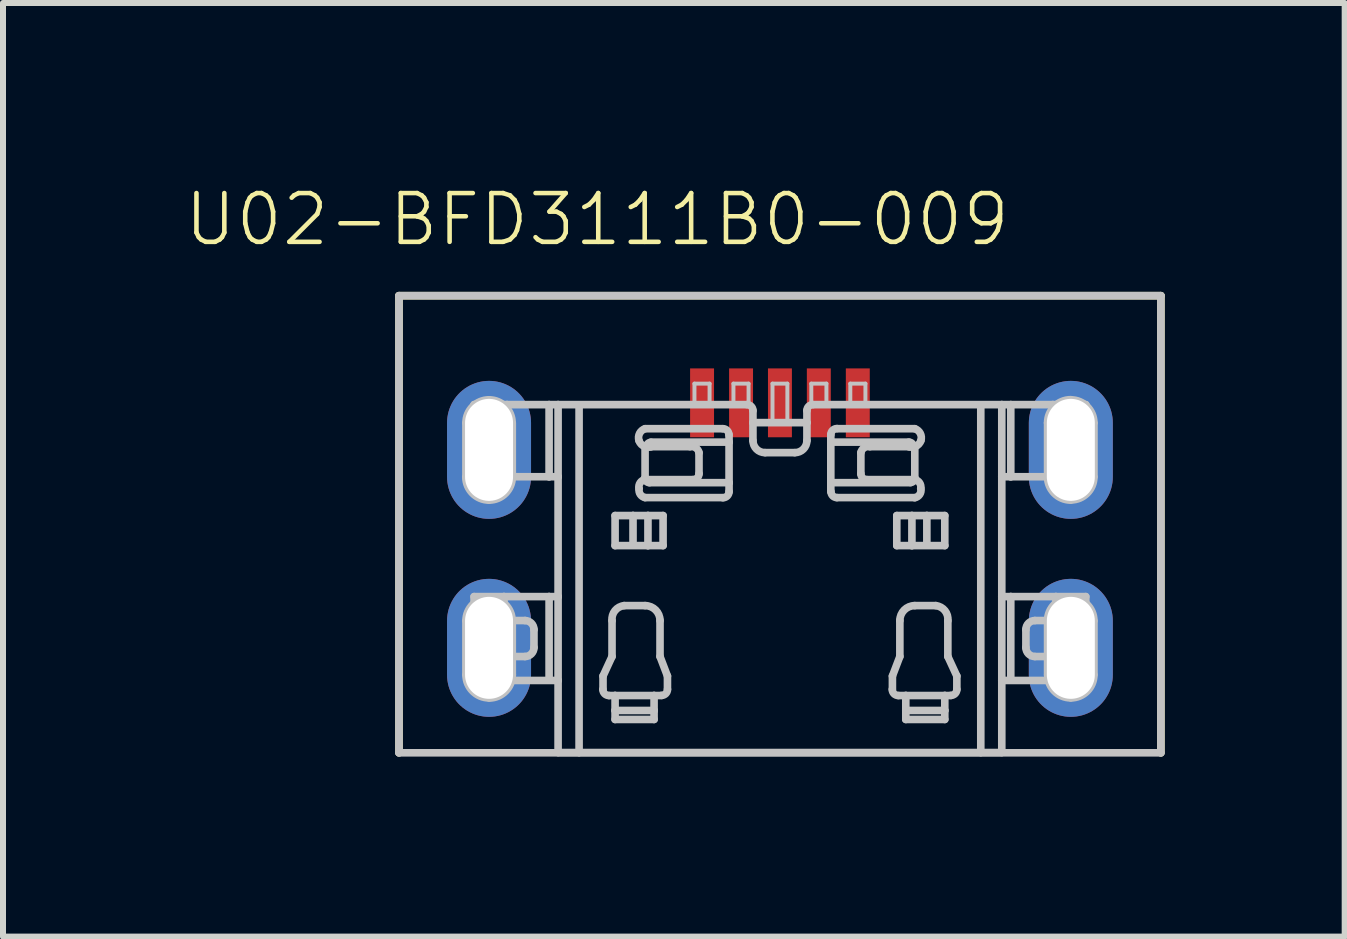
<source format=kicad_pcb>
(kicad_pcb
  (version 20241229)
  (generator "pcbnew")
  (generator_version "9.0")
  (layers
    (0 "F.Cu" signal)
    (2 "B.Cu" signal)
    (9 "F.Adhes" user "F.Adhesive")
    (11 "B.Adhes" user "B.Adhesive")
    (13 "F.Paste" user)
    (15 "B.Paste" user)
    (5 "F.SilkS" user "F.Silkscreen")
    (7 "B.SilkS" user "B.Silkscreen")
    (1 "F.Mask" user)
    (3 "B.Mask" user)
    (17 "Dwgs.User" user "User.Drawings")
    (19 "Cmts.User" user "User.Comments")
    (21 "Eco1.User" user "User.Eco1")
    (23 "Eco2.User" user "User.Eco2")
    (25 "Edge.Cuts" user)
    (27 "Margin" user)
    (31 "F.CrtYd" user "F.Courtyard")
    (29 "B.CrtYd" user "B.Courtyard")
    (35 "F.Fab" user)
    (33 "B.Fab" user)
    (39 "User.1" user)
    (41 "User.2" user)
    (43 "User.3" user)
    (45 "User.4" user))
  (footprint "U02-BFD3111B0-009"
    (layer "F.Cu")
    (at 9.951 7.594)
    (property "Reference" "U02-BFD3111B0-009" (at -3.048 -6.985 0) (layer "F.SilkS") (effects (font (size 0.813 0.813) (thickness 0.076))))
    (attr smd)
    (fp_poly (pts (xy -5.55 -2.695) (xy -5.55 -3.594) (xy -5.535 -3.731) (xy -5.497 -3.861) (xy -5.431 -3.983) (xy -5.344 -4.089) (xy -5.237 -4.176) (xy -5.116 -4.239) (xy -4.986 -4.28) (xy -4.849 -4.293) (xy -4.712 -4.28) (xy -4.58 -4.239) (xy -4.46 -4.176) (xy -4.354 -4.089) (xy -4.267 -3.983) (xy -4.201 -3.861) (xy -4.163 -3.731) (xy -4.148 -3.594) (xy -4.148 -2.695) (xy -4.163 -2.558) (xy -4.201 -2.426) (xy -4.267 -2.304) (xy -4.354 -2.2) (xy -4.46 -2.111) (xy -4.58 -2.047) (xy -4.712 -2.007) (xy -4.849 -1.994) (xy -4.986 -2.007) (xy -5.116 -2.047) (xy -5.237 -2.111) (xy -5.344 -2.2) (xy -5.431 -2.304) (xy -5.497 -2.426) (xy -5.535 -2.558) (xy -5.55 -2.695)) (stroke (width 0.127) (type solid)) (fill yes) (layer "F.Mask"))
    (fp_poly (pts (xy -5.55 0.605) (xy -5.55 -0.295) (xy -5.535 -0.429) (xy -5.497 -0.561) (xy -5.431 -0.683) (xy -5.344 -0.79) (xy -5.237 -0.876) (xy -5.116 -0.94) (xy -4.986 -0.98) (xy -4.849 -0.993) (xy -4.712 -0.98) (xy -4.58 -0.94) (xy -4.46 -0.876) (xy -4.354 -0.79) (xy -4.267 -0.683) (xy -4.201 -0.561) (xy -4.163 -0.429) (xy -4.148 -0.295) (xy -4.148 0.605) (xy -4.163 0.739) (xy -4.201 0.871) (xy -4.267 0.993) (xy -4.354 1.1) (xy -4.46 1.186) (xy -4.58 1.25) (xy -4.712 1.29) (xy -4.849 1.303) (xy -4.986 1.29) (xy -5.116 1.25) (xy -5.237 1.186) (xy -5.344 1.1) (xy -5.431 0.993) (xy -5.497 0.871) (xy -5.535 0.739) (xy -5.55 0.605)) (stroke (width 0.127) (type solid)) (fill yes) (layer "F.Mask"))
    (fp_poly (pts (xy 4.148 -2.695) (xy 4.148 -3.594) (xy 4.163 -3.731) (xy 4.201 -3.861) (xy 4.267 -3.983) (xy 4.354 -4.089) (xy 4.46 -4.176) (xy 4.58 -4.239) (xy 4.712 -4.28) (xy 4.849 -4.293) (xy 4.986 -4.28) (xy 5.116 -4.239) (xy 5.237 -4.176) (xy 5.344 -4.089) (xy 5.431 -3.983) (xy 5.497 -3.861) (xy 5.535 -3.731) (xy 5.55 -3.594) (xy 5.55 -2.695) (xy 5.535 -2.558) (xy 5.497 -2.426) (xy 5.431 -2.304) (xy 5.344 -2.2) (xy 5.237 -2.111) (xy 5.116 -2.047) (xy 4.986 -2.007) (xy 4.849 -1.994) (xy 4.712 -2.007) (xy 4.58 -2.047) (xy 4.46 -2.111) (xy 4.354 -2.2) (xy 4.267 -2.304) (xy 4.201 -2.426) (xy 4.163 -2.558) (xy 4.148 -2.695)) (stroke (width 0.127) (type solid)) (fill yes) (layer "F.Mask"))
    (fp_poly (pts (xy 4.148 0.605) (xy 4.148 -0.295) (xy 4.163 -0.429) (xy 4.201 -0.561) (xy 4.267 -0.683) (xy 4.354 -0.79) (xy 4.46 -0.876) (xy 4.58 -0.94) (xy 4.712 -0.98) (xy 4.849 -0.993) (xy 4.986 -0.98) (xy 5.116 -0.94) (xy 5.237 -0.876) (xy 5.344 -0.79) (xy 5.431 -0.683) (xy 5.497 -0.561) (xy 5.535 -0.429) (xy 5.55 -0.295) (xy 5.55 0.605) (xy 5.535 0.739) (xy 5.497 0.871) (xy 5.431 0.993) (xy 5.344 1.1) (xy 5.237 1.186) (xy 5.116 1.25) (xy 4.986 1.29) (xy 4.849 1.303) (xy 4.712 1.29) (xy 4.58 1.25) (xy 4.46 1.186) (xy 4.354 1.1) (xy 4.267 0.993) (xy 4.201 0.871) (xy 4.163 0.739) (xy 4.148 0.605)) (stroke (width 0.127) (type solid)) (fill yes) (layer "F.Mask"))
    (fp_poly (pts (xy -5.55 -2.695) (xy -5.55 -3.594) (xy -5.535 -3.731) (xy -5.497 -3.861) (xy -5.431 -3.983) (xy -5.344 -4.089) (xy -5.237 -4.176) (xy -5.116 -4.239) (xy -4.986 -4.28) (xy -4.849 -4.293) (xy -4.712 -4.28) (xy -4.58 -4.239) (xy -4.46 -4.176) (xy -4.354 -4.089) (xy -4.267 -3.983) (xy -4.201 -3.861) (xy -4.163 -3.731) (xy -4.148 -3.594) (xy -4.148 -2.695) (xy -4.163 -2.558) (xy -4.201 -2.426) (xy -4.267 -2.304) (xy -4.354 -2.2) (xy -4.46 -2.111) (xy -4.58 -2.047) (xy -4.712 -2.007) (xy -4.849 -1.994) (xy -4.986 -2.007) (xy -5.116 -2.047) (xy -5.237 -2.111) (xy -5.344 -2.2) (xy -5.431 -2.304) (xy -5.497 -2.426) (xy -5.535 -2.558) (xy -5.55 -2.695)) (stroke (width 0.127) (type solid)) (fill yes) (layer "B.Mask"))
    (fp_poly (pts (xy -5.55 0.605) (xy -5.55 -0.295) (xy -5.535 -0.429) (xy -5.497 -0.561) (xy -5.431 -0.683) (xy -5.344 -0.79) (xy -5.237 -0.876) (xy -5.116 -0.94) (xy -4.986 -0.98) (xy -4.849 -0.993) (xy -4.712 -0.98) (xy -4.58 -0.94) (xy -4.46 -0.876) (xy -4.354 -0.79) (xy -4.267 -0.683) (xy -4.201 -0.561) (xy -4.163 -0.429) (xy -4.148 -0.295) (xy -4.148 0.605) (xy -4.163 0.739) (xy -4.201 0.871) (xy -4.267 0.993) (xy -4.354 1.1) (xy -4.46 1.186) (xy -4.58 1.25) (xy -4.712 1.29) (xy -4.849 1.303) (xy -4.986 1.29) (xy -5.116 1.25) (xy -5.237 1.186) (xy -5.344 1.1) (xy -5.431 0.993) (xy -5.497 0.871) (xy -5.535 0.739) (xy -5.55 0.605)) (stroke (width 0.127) (type solid)) (fill yes) (layer "B.Mask"))
    (fp_poly (pts (xy 4.148 -2.695) (xy 4.148 -3.594) (xy 4.163 -3.731) (xy 4.201 -3.861) (xy 4.267 -3.983) (xy 4.354 -4.089) (xy 4.46 -4.176) (xy 4.58 -4.239) (xy 4.712 -4.28) (xy 4.849 -4.293) (xy 4.986 -4.28) (xy 5.116 -4.239) (xy 5.237 -4.176) (xy 5.344 -4.089) (xy 5.431 -3.983) (xy 5.497 -3.861) (xy 5.535 -3.731) (xy 5.55 -3.594) (xy 5.55 -2.695) (xy 5.535 -2.558) (xy 5.497 -2.426) (xy 5.431 -2.304) (xy 5.344 -2.2) (xy 5.237 -2.111) (xy 5.116 -2.047) (xy 4.986 -2.007) (xy 4.849 -1.994) (xy 4.712 -2.007) (xy 4.58 -2.047) (xy 4.46 -2.111) (xy 4.354 -2.2) (xy 4.267 -2.304) (xy 4.201 -2.426) (xy 4.163 -2.558) (xy 4.148 -2.695)) (stroke (width 0.127) (type solid)) (fill yes) (layer "B.Mask"))
    (fp_poly (pts (xy 4.148 0.605) (xy 4.148 -0.295) (xy 4.163 -0.429) (xy 4.201 -0.561) (xy 4.267 -0.683) (xy 4.354 -0.79) (xy 4.46 -0.876) (xy 4.58 -0.94) (xy 4.712 -0.98) (xy 4.849 -0.993) (xy 4.986 -0.98) (xy 5.116 -0.94) (xy 5.237 -0.876) (xy 5.344 -0.79) (xy 5.431 -0.683) (xy 5.497 -0.561) (xy 5.535 -0.429) (xy 5.55 -0.295) (xy 5.55 0.605) (xy 5.535 0.739) (xy 5.497 0.871) (xy 5.431 0.993) (xy 5.344 1.1) (xy 5.237 1.186) (xy 5.116 1.25) (xy 4.986 1.29) (xy 4.849 1.303) (xy 4.712 1.29) (xy 4.58 1.25) (xy 4.46 1.186) (xy 4.354 1.1) (xy 4.267 0.993) (xy 4.201 0.871) (xy 4.163 0.739) (xy 4.148 0.605)) (stroke (width 0.127) (type solid)) (fill yes) (layer "B.Mask"))
    (fp_line (start -6.35 -5.715) (end -6.35 1.905) (stroke (width 0.127) (type solid)) (layer "F.SilkS"))
    (fp_line (start 6.35 -5.715) (end -6.35 -5.715) (stroke (width 0.127) (type solid)) (layer "F.SilkS"))
    (fp_line (start 6.35 1.905) (end 6.35 -5.715) (stroke (width 0.127) (type solid)) (layer "F.SilkS"))
    (fp_poly (pts (xy -5.55 -2.695) (xy -5.55 -3.594) (xy -5.535 -3.731) (xy -5.497 -3.861) (xy -5.431 -3.983) (xy -5.344 -4.089) (xy -5.237 -4.176) (xy -5.116 -4.239) (xy -4.986 -4.28) (xy -4.849 -4.293) (xy -4.712 -4.28) (xy -4.58 -4.239) (xy -4.46 -4.176) (xy -4.354 -4.089) (xy -4.267 -3.983) (xy -4.201 -3.861) (xy -4.163 -3.731) (xy -4.148 -3.594) (xy -4.148 -2.695) (xy -4.163 -2.558) (xy -4.201 -2.426) (xy -4.267 -2.304) (xy -4.354 -2.2) (xy -4.46 -2.111) (xy -4.58 -2.047) (xy -4.712 -2.007) (xy -4.849 -1.994) (xy -4.986 -2.007) (xy -5.116 -2.047) (xy -5.237 -2.111) (xy -5.344 -2.2) (xy -5.431 -2.304) (xy -5.497 -2.426) (xy -5.535 -2.558) (xy -5.55 -2.695)) (stroke (width 0.127) (type solid)) (fill yes) (layer "F.Paste"))
    (fp_poly (pts (xy -5.55 0.605) (xy -5.55 -0.295) (xy -5.535 -0.429) (xy -5.497 -0.561) (xy -5.431 -0.683) (xy -5.344 -0.79) (xy -5.237 -0.876) (xy -5.116 -0.94) (xy -4.986 -0.98) (xy -4.849 -0.993) (xy -4.712 -0.98) (xy -4.58 -0.94) (xy -4.46 -0.876) (xy -4.354 -0.79) (xy -4.267 -0.683) (xy -4.201 -0.561) (xy -4.163 -0.429) (xy -4.148 -0.295) (xy -4.148 0.605) (xy -4.163 0.739) (xy -4.201 0.871) (xy -4.267 0.993) (xy -4.354 1.1) (xy -4.46 1.186) (xy -4.58 1.25) (xy -4.712 1.29) (xy -4.849 1.303) (xy -4.986 1.29) (xy -5.116 1.25) (xy -5.237 1.186) (xy -5.344 1.1) (xy -5.431 0.993) (xy -5.497 0.871) (xy -5.535 0.739) (xy -5.55 0.605)) (stroke (width 0.127) (type solid)) (fill yes) (layer "F.Paste"))
    (fp_poly (pts (xy 4.148 -2.695) (xy 4.148 -3.594) (xy 4.163 -3.731) (xy 4.201 -3.861) (xy 4.267 -3.983) (xy 4.354 -4.089) (xy 4.46 -4.176) (xy 4.58 -4.239) (xy 4.712 -4.28) (xy 4.849 -4.293) (xy 4.986 -4.28) (xy 5.116 -4.239) (xy 5.237 -4.176) (xy 5.344 -4.089) (xy 5.431 -3.983) (xy 5.497 -3.861) (xy 5.535 -3.731) (xy 5.55 -3.594) (xy 5.55 -2.695) (xy 5.535 -2.558) (xy 5.497 -2.426) (xy 5.431 -2.304) (xy 5.344 -2.2) (xy 5.237 -2.111) (xy 5.116 -2.047) (xy 4.986 -2.007) (xy 4.849 -1.994) (xy 4.712 -2.007) (xy 4.58 -2.047) (xy 4.46 -2.111) (xy 4.354 -2.2) (xy 4.267 -2.304) (xy 4.201 -2.426) (xy 4.163 -2.558) (xy 4.148 -2.695)) (stroke (width 0.127) (type solid)) (fill yes) (layer "F.Paste"))
    (fp_poly (pts (xy 4.148 0.605) (xy 4.148 -0.295) (xy 4.163 -0.429) (xy 4.201 -0.561) (xy 4.267 -0.683) (xy 4.354 -0.79) (xy 4.46 -0.876) (xy 4.58 -0.94) (xy 4.712 -0.98) (xy 4.849 -0.993) (xy 4.986 -0.98) (xy 5.116 -0.94) (xy 5.237 -0.876) (xy 5.344 -0.79) (xy 5.431 -0.683) (xy 5.497 -0.561) (xy 5.535 -0.429) (xy 5.55 -0.295) (xy 5.55 0.605) (xy 5.535 0.739) (xy 5.497 0.871) (xy 5.431 0.993) (xy 5.344 1.1) (xy 5.237 1.186) (xy 5.116 1.25) (xy 4.986 1.29) (xy 4.849 1.303) (xy 4.712 1.29) (xy 4.58 1.25) (xy 4.46 1.186) (xy 4.354 1.1) (xy 4.267 0.993) (xy 4.201 0.871) (xy 4.163 0.739) (xy 4.148 0.605)) (stroke (width 0.127) (type solid)) (fill yes) (layer "F.Paste"))
    (fp_poly (pts (xy -5.55 -2.695) (xy -5.55 -3.594) (xy -5.535 -3.731) (xy -5.497 -3.861) (xy -5.431 -3.983) (xy -5.344 -4.089) (xy -5.237 -4.176) (xy -5.116 -4.239) (xy -4.986 -4.28) (xy -4.849 -4.293) (xy -4.712 -4.28) (xy -4.58 -4.239) (xy -4.46 -4.176) (xy -4.354 -4.089) (xy -4.267 -3.983) (xy -4.201 -3.861) (xy -4.163 -3.731) (xy -4.148 -3.594) (xy -4.148 -2.695) (xy -4.163 -2.558) (xy -4.201 -2.426) (xy -4.267 -2.304) (xy -4.354 -2.2) (xy -4.46 -2.111) (xy -4.58 -2.047) (xy -4.712 -2.007) (xy -4.849 -1.994) (xy -4.986 -2.007) (xy -5.116 -2.047) (xy -5.237 -2.111) (xy -5.344 -2.2) (xy -5.431 -2.304) (xy -5.497 -2.426) (xy -5.535 -2.558) (xy -5.55 -2.695)) (stroke (width 0.127) (type solid)) (fill yes) (layer "B.Paste"))
    (fp_poly (pts (xy -5.55 0.605) (xy -5.55 -0.295) (xy -5.535 -0.429) (xy -5.497 -0.561) (xy -5.431 -0.683) (xy -5.344 -0.79) (xy -5.237 -0.876) (xy -5.116 -0.94) (xy -4.986 -0.98) (xy -4.849 -0.993) (xy -4.712 -0.98) (xy -4.58 -0.94) (xy -4.46 -0.876) (xy -4.354 -0.79) (xy -4.267 -0.683) (xy -4.201 -0.561) (xy -4.163 -0.429) (xy -4.148 -0.295) (xy -4.148 0.605) (xy -4.163 0.739) (xy -4.201 0.871) (xy -4.267 0.993) (xy -4.354 1.1) (xy -4.46 1.186) (xy -4.58 1.25) (xy -4.712 1.29) (xy -4.849 1.303) (xy -4.986 1.29) (xy -5.116 1.25) (xy -5.237 1.186) (xy -5.344 1.1) (xy -5.431 0.993) (xy -5.497 0.871) (xy -5.535 0.739) (xy -5.55 0.605)) (stroke (width 0.127) (type solid)) (fill yes) (layer "B.Paste"))
    (fp_poly (pts (xy 4.148 -2.695) (xy 4.148 -3.594) (xy 4.163 -3.731) (xy 4.201 -3.861) (xy 4.267 -3.983) (xy 4.354 -4.089) (xy 4.46 -4.176) (xy 4.58 -4.239) (xy 4.712 -4.28) (xy 4.849 -4.293) (xy 4.986 -4.28) (xy 5.116 -4.239) (xy 5.237 -4.176) (xy 5.344 -4.089) (xy 5.431 -3.983) (xy 5.497 -3.861) (xy 5.535 -3.731) (xy 5.55 -3.594) (xy 5.55 -2.695) (xy 5.535 -2.558) (xy 5.497 -2.426) (xy 5.431 -2.304) (xy 5.344 -2.2) (xy 5.237 -2.111) (xy 5.116 -2.047) (xy 4.986 -2.007) (xy 4.849 -1.994) (xy 4.712 -2.007) (xy 4.58 -2.047) (xy 4.46 -2.111) (xy 4.354 -2.2) (xy 4.267 -2.304) (xy 4.201 -2.426) (xy 4.163 -2.558) (xy 4.148 -2.695)) (stroke (width 0.127) (type solid)) (fill yes) (layer "B.Paste"))
    (fp_poly (pts (xy 4.148 0.605) (xy 4.148 -0.295) (xy 4.163 -0.429) (xy 4.201 -0.561) (xy 4.267 -0.683) (xy 4.354 -0.79) (xy 4.46 -0.876) (xy 4.58 -0.94) (xy 4.712 -0.98) (xy 4.849 -0.993) (xy 4.986 -0.98) (xy 5.116 -0.94) (xy 5.237 -0.876) (xy 5.344 -0.79) (xy 5.431 -0.683) (xy 5.497 -0.561) (xy 5.535 -0.429) (xy 5.55 -0.295) (xy 5.55 0.605) (xy 5.535 0.739) (xy 5.497 0.871) (xy 5.431 0.993) (xy 5.344 1.1) (xy 5.237 1.186) (xy 5.116 1.25) (xy 4.986 1.29) (xy 4.849 1.303) (xy 4.712 1.29) (xy 4.58 1.25) (xy 4.46 1.186) (xy 4.354 1.1) (xy 4.267 0.993) (xy 4.201 0.871) (xy 4.163 0.739) (xy 4.148 0.605)) (stroke (width 0.127) (type solid)) (fill yes) (layer "B.Paste"))
    (fp_line (start -6.35 -5.715) (end 6.35 -5.715) (stroke (width 0.127) (type solid)) (layer "Dwgs.User"))
    (fp_line (start -6.35 1.905) (end -6.35 -5.715) (stroke (width 0.127) (type solid)) (layer "Dwgs.User"))
    (fp_line (start -5.248 -2.695) (end -5.248 -3.594) (stroke (width 0.1) (type solid)) (layer "Dwgs.User"))
    (fp_line (start -5.248 0.605) (end -5.248 -0.295) (stroke (width 0.1) (type solid)) (layer "Dwgs.User"))
    (fp_line (start -5.098 -3.899) (end -5.098 -2.697) (stroke (width 0.127) (type solid)) (layer "Dwgs.User"))
    (fp_line (start -5.098 -3.899) (end -4.549 -3.899) (stroke (width 0.127) (type solid)) (layer "Dwgs.User"))
    (fp_line (start -5.098 -2.697) (end -4.549 -2.697) (stroke (width 0.127) (type solid)) (layer "Dwgs.User"))
    (fp_line (start -5.098 -0.699) (end -5.098 -0.3) (stroke (width 0.127) (type solid)) (layer "Dwgs.User"))
    (fp_line (start -5.098 -0.3) (end -5.098 0.3) (stroke (width 0.127) (type solid)) (layer "Dwgs.User"))
    (fp_line (start -5.098 0.3) (end -5.098 0.699) (stroke (width 0.127) (type solid)) (layer "Dwgs.User"))
    (fp_line (start -5.098 0.3) (end -4.6 0.3) (stroke (width 0.127) (type solid)) (layer "Dwgs.User"))
    (fp_line (start -5.098 0.699) (end -4.6 0.699) (stroke (width 0.127) (type solid)) (layer "Dwgs.User"))
    (fp_line (start -4.6 -0.699) (end -5.098 -0.699) (stroke (width 0.127) (type solid)) (layer "Dwgs.User"))
    (fp_line (start -4.6 -0.699) (end -4.6 -0.3) (stroke (width 0.127) (type solid)) (layer "Dwgs.User"))
    (fp_line (start -4.6 -0.3) (end -5.098 -0.3) (stroke (width 0.127) (type solid)) (layer "Dwgs.User"))
    (fp_line (start -4.6 -0.3) (end -4.249 -0.3) (stroke (width 0.127) (type solid)) (layer "Dwgs.User"))
    (fp_line (start -4.6 0.3) (end -4.6 0.699) (stroke (width 0.127) (type solid)) (layer "Dwgs.User"))
    (fp_line (start -4.6 0.699) (end -3.698 0.699) (stroke (width 0.127) (type solid)) (layer "Dwgs.User"))
    (fp_line (start -4.549 -3.899) (end -4.549 -2.697) (stroke (width 0.127) (type solid)) (layer "Dwgs.User"))
    (fp_line (start -4.549 -3.899) (end -3.848 -3.899) (stroke (width 0.127) (type solid)) (layer "Dwgs.User"))
    (fp_line (start -4.549 -2.697) (end -3.848 -2.697) (stroke (width 0.127) (type solid)) (layer "Dwgs.User"))
    (fp_line (start -4.448 -3.594) (end -4.448 -2.695) (stroke (width 0.1) (type solid)) (layer "Dwgs.User"))
    (fp_line (start -4.448 -0.295) (end -4.448 0.605) (stroke (width 0.1) (type solid)) (layer "Dwgs.User"))
    (fp_line (start -4.249 0.3) (end -4.6 0.3) (stroke (width 0.127) (type solid)) (layer "Dwgs.User"))
    (fp_line (start -4.1 -0.15) (end -4.1 0.15) (stroke (width 0.127) (type solid)) (layer "Dwgs.User"))
    (fp_line (start -3.848 -3.899) (end -3.848 -2.697) (stroke (width 0.127) (type solid)) (layer "Dwgs.User"))
    (fp_line (start -3.848 -3.899) (end -3.698 -3.899) (stroke (width 0.127) (type solid)) (layer "Dwgs.User"))
    (fp_line (start -3.848 -2.697) (end -3.698 -2.697) (stroke (width 0.127) (type solid)) (layer "Dwgs.User"))
    (fp_line (start -3.848 -0.699) (end -4.6 -0.699) (stroke (width 0.127) (type solid)) (layer "Dwgs.User"))
    (fp_line (start -3.848 -0.699) (end -3.848 0.648) (stroke (width 0.127) (type solid)) (layer "Dwgs.User"))
    (fp_line (start -3.698 -3.899) (end -0.549 -3.899) (stroke (width 0.127) (type solid)) (layer "Dwgs.User"))
    (fp_line (start -3.698 -2.697) (end -3.698 -3.899) (stroke (width 0.127) (type solid)) (layer "Dwgs.User"))
    (fp_line (start -3.698 -0.699) (end -3.848 -0.699) (stroke (width 0.127) (type solid)) (layer "Dwgs.User"))
    (fp_line (start -3.698 -0.699) (end -3.698 -2.697) (stroke (width 0.127) (type solid)) (layer "Dwgs.User"))
    (fp_line (start -3.698 0.699) (end -3.698 -0.699) (stroke (width 0.127) (type solid)) (layer "Dwgs.User"))
    (fp_line (start -3.698 1.9) (end -3.698 0.699) (stroke (width 0.127) (type solid)) (layer "Dwgs.User"))
    (fp_line (start -3.348 -3.848) (end -3.348 1.9) (stroke (width 0.127) (type solid)) (layer "Dwgs.User"))
    (fp_line (start -3.348 1.9) (end -3.698 1.9) (stroke (width 0.127) (type solid)) (layer "Dwgs.User"))
    (fp_line (start -3.348 1.9) (end 3.348 1.9) (stroke (width 0.127) (type solid)) (layer "Dwgs.User"))
    (fp_line (start -2.949 0.625) (end -2.799 0.3) (stroke (width 0.127) (type solid)) (layer "Dwgs.User"))
    (fp_line (start -2.949 0.848) (end -2.949 0.625) (stroke (width 0.127) (type solid)) (layer "Dwgs.User"))
    (fp_line (start -2.799 -0.3) (end -2.799 0.3) (stroke (width 0.127) (type solid)) (layer "Dwgs.User"))
    (fp_line (start -2.748 -2.05) (end -2.449 -2.05) (stroke (width 0.127) (type solid)) (layer "Dwgs.User"))
    (fp_line (start -2.748 -1.549) (end -2.748 -2.05) (stroke (width 0.127) (type solid)) (layer "Dwgs.User"))
    (fp_line (start -2.748 0.95) (end -2.85 0.95) (stroke (width 0.127) (type solid)) (layer "Dwgs.User"))
    (fp_line (start -2.748 1.199) (end -2.748 0.95) (stroke (width 0.127) (type solid)) (layer "Dwgs.User"))
    (fp_line (start -2.748 1.199) (end -2.748 1.349) (stroke (width 0.127) (type solid)) (layer "Dwgs.User"))
    (fp_line (start -2.748 1.349) (end -2.098 1.349) (stroke (width 0.127) (type solid)) (layer "Dwgs.User"))
    (fp_line (start -2.598 -0.549) (end -2.248 -0.549) (stroke (width 0.127) (type solid)) (layer "Dwgs.User"))
    (fp_line (start -2.449 -2.05) (end -2.449 -1.598) (stroke (width 0.127) (type solid)) (layer "Dwgs.User"))
    (fp_line (start -2.449 -2.05) (end -2.2 -2.05) (stroke (width 0.127) (type solid)) (layer "Dwgs.User"))
    (fp_line (start -2.248 -3.198) (end -2.248 -2.675) (stroke (width 0.127) (type solid)) (layer "Dwgs.User"))
    (fp_line (start -2.248 -3.198) (end -2.223 -3.198) (stroke (width 0.127) (type solid)) (layer "Dwgs.User"))
    (fp_line (start -2.248 -2.675) (end -2.248 -2.649) (stroke (width 0.127) (type solid)) (layer "Dwgs.User"))
    (fp_line (start -2.248 -2.349) (end -0.95 -2.349) (stroke (width 0.127) (type solid)) (layer "Dwgs.User"))
    (fp_line (start -2.223 -3.198) (end -2.149 -3.198) (stroke (width 0.127) (type solid)) (layer "Dwgs.User"))
    (fp_line (start -2.2 -2.05) (end -2.2 -1.549) (stroke (width 0.127) (type solid)) (layer "Dwgs.User"))
    (fp_line (start -2.2 -2.05) (end -1.948 -2.05) (stroke (width 0.127) (type solid)) (layer "Dwgs.User"))
    (fp_line (start -2.2 -1.549) (end -2.748 -1.549) (stroke (width 0.127) (type solid)) (layer "Dwgs.User"))
    (fp_line (start -2.149 -3.198) (end -1.499 -3.198) (stroke (width 0.127) (type solid)) (layer "Dwgs.User"))
    (fp_line (start -2.098 0.95) (end -2.748 0.95) (stroke (width 0.127) (type solid)) (layer "Dwgs.User"))
    (fp_line (start -2.098 1.199) (end -2.748 1.199) (stroke (width 0.127) (type solid)) (layer "Dwgs.User"))
    (fp_line (start -2.098 1.199) (end -2.098 0.95) (stroke (width 0.127) (type solid)) (layer "Dwgs.User"))
    (fp_line (start -2.098 1.349) (end -2.098 1.199) (stroke (width 0.127) (type solid)) (layer "Dwgs.User"))
    (fp_line (start -1.999 -0.3) (end -1.999 0.3) (stroke (width 0.127) (type solid)) (layer "Dwgs.User"))
    (fp_line (start -1.974 0.95) (end -2.098 0.95) (stroke (width 0.127) (type solid)) (layer "Dwgs.User"))
    (fp_line (start -1.948 -2.05) (end -1.948 -1.549) (stroke (width 0.127) (type solid)) (layer "Dwgs.User"))
    (fp_line (start -1.948 -1.549) (end -2.2 -1.549) (stroke (width 0.127) (type solid)) (layer "Dwgs.User"))
    (fp_line (start -1.875 0.625) (end -1.999 0.3) (stroke (width 0.127) (type solid)) (layer "Dwgs.User"))
    (fp_line (start -1.875 0.848) (end -1.875 0.625) (stroke (width 0.127) (type solid)) (layer "Dwgs.User"))
    (fp_line (start -1.448 -2.649) (end -2.248 -2.649) (stroke (width 0.127) (type solid)) (layer "Dwgs.User"))
    (fp_line (start -1.425 -4.249) (end -1.173 -4.249) (stroke (width 0.066) (type solid)) (layer "Dwgs.User"))
    (fp_line (start -1.425 -3.899) (end -1.425 -4.249) (stroke (width 0.066) (type solid)) (layer "Dwgs.User"))
    (fp_line (start -1.425 -3.899) (end -1.173 -3.899) (stroke (width 0.066) (type solid)) (layer "Dwgs.User"))
    (fp_line (start -1.349 -3.099) (end -1.349 -2.748) (stroke (width 0.127) (type solid)) (layer "Dwgs.User"))
    (fp_line (start -1.173 -3.899) (end -1.173 -4.249) (stroke (width 0.066) (type solid)) (layer "Dwgs.User"))
    (fp_line (start -0.95 -3.498) (end -2.248 -3.498) (stroke (width 0.127) (type solid)) (layer "Dwgs.User"))
    (fp_line (start -0.848 -3.399) (end -0.848 -3.274) (stroke (width 0.127) (type solid)) (layer "Dwgs.User"))
    (fp_line (start -0.848 -3.274) (end -2.149 -3.274) (stroke (width 0.127) (type solid)) (layer "Dwgs.User"))
    (fp_line (start -0.848 -3.274) (end -0.848 -2.598) (stroke (width 0.127) (type solid)) (layer "Dwgs.User"))
    (fp_line (start -0.848 -2.598) (end -2.174 -2.598) (stroke (width 0.127) (type solid)) (layer "Dwgs.User"))
    (fp_line (start -0.848 -2.598) (end -0.848 -2.449) (stroke (width 0.127) (type solid)) (layer "Dwgs.User"))
    (fp_line (start -0.775 -4.249) (end -0.523 -4.249) (stroke (width 0.066) (type solid)) (layer "Dwgs.User"))
    (fp_line (start -0.775 -3.899) (end -0.775 -4.249) (stroke (width 0.066) (type solid)) (layer "Dwgs.User"))
    (fp_line (start -0.775 -3.899) (end -0.523 -3.899) (stroke (width 0.066) (type solid)) (layer "Dwgs.User"))
    (fp_line (start -0.523 -3.899) (end -0.523 -4.249) (stroke (width 0.066) (type solid)) (layer "Dwgs.User"))
    (fp_line (start -0.45 -3.8) (end -0.45 -3.599) (stroke (width 0.127) (type solid)) (layer "Dwgs.User"))
    (fp_line (start -0.45 -3.599) (end -0.45 -3.299) (stroke (width 0.127) (type solid)) (layer "Dwgs.User"))
    (fp_line (start -0.124 -4.249) (end 0.124 -4.249) (stroke (width 0.066) (type solid)) (layer "Dwgs.User"))
    (fp_line (start -0.124 -3.599) (end -0.124 -4.249) (stroke (width 0.066) (type solid)) (layer "Dwgs.User"))
    (fp_line (start -0.124 -3.599) (end 0.124 -3.599) (stroke (width 0.066) (type solid)) (layer "Dwgs.User"))
    (fp_line (start 0.124 -3.599) (end 0.124 -4.249) (stroke (width 0.066) (type solid)) (layer "Dwgs.User"))
    (fp_line (start 0.249 -3.099) (end -0.249 -3.099) (stroke (width 0.127) (type solid)) (layer "Dwgs.User"))
    (fp_line (start 0.45 -3.8) (end 0.45 -3.599) (stroke (width 0.127) (type solid)) (layer "Dwgs.User"))
    (fp_line (start 0.45 -3.599) (end -0.45 -3.599) (stroke (width 0.127) (type solid)) (layer "Dwgs.User"))
    (fp_line (start 0.45 -3.599) (end 0.45 -3.299) (stroke (width 0.127) (type solid)) (layer "Dwgs.User"))
    (fp_line (start 0.523 -4.249) (end 0.775 -4.249) (stroke (width 0.066) (type solid)) (layer "Dwgs.User"))
    (fp_line (start 0.523 -3.899) (end 0.523 -4.249) (stroke (width 0.066) (type solid)) (layer "Dwgs.User"))
    (fp_line (start 0.523 -3.899) (end 0.775 -3.899) (stroke (width 0.066) (type solid)) (layer "Dwgs.User"))
    (fp_line (start 0.775 -3.899) (end 0.775 -4.249) (stroke (width 0.066) (type solid)) (layer "Dwgs.User"))
    (fp_line (start 0.848 -3.399) (end 0.848 -3.274) (stroke (width 0.127) (type solid)) (layer "Dwgs.User"))
    (fp_line (start 0.848 -3.274) (end 0.848 -2.598) (stroke (width 0.127) (type solid)) (layer "Dwgs.User"))
    (fp_line (start 0.848 -3.274) (end 2.149 -3.274) (stroke (width 0.127) (type solid)) (layer "Dwgs.User"))
    (fp_line (start 0.848 -2.598) (end 0.848 -2.449) (stroke (width 0.127) (type solid)) (layer "Dwgs.User"))
    (fp_line (start 0.848 -2.598) (end 2.174 -2.598) (stroke (width 0.127) (type solid)) (layer "Dwgs.User"))
    (fp_line (start 0.95 -3.498) (end 2.248 -3.498) (stroke (width 0.127) (type solid)) (layer "Dwgs.User"))
    (fp_line (start 1.173 -4.249) (end 1.425 -4.249) (stroke (width 0.066) (type solid)) (layer "Dwgs.User"))
    (fp_line (start 1.173 -3.899) (end 1.173 -4.249) (stroke (width 0.066) (type solid)) (layer "Dwgs.User"))
    (fp_line (start 1.173 -3.899) (end 1.425 -3.899) (stroke (width 0.066) (type solid)) (layer "Dwgs.User"))
    (fp_line (start 1.349 -3.099) (end 1.349 -2.748) (stroke (width 0.127) (type solid)) (layer "Dwgs.User"))
    (fp_line (start 1.425 -3.899) (end 1.425 -4.249) (stroke (width 0.066) (type solid)) (layer "Dwgs.User"))
    (fp_line (start 1.448 -2.649) (end 2.248 -2.649) (stroke (width 0.127) (type solid)) (layer "Dwgs.User"))
    (fp_line (start 1.875 0.625) (end 1.999 0.3) (stroke (width 0.127) (type solid)) (layer "Dwgs.User"))
    (fp_line (start 1.875 0.848) (end 1.875 0.625) (stroke (width 0.127) (type solid)) (layer "Dwgs.User"))
    (fp_line (start 1.948 -2.05) (end 1.948 -1.549) (stroke (width 0.127) (type solid)) (layer "Dwgs.User"))
    (fp_line (start 1.948 -1.549) (end 2.2 -1.549) (stroke (width 0.127) (type solid)) (layer "Dwgs.User"))
    (fp_line (start 1.974 0.95) (end 2.098 0.95) (stroke (width 0.127) (type solid)) (layer "Dwgs.User"))
    (fp_line (start 1.999 -0.3) (end 1.999 0.3) (stroke (width 0.127) (type solid)) (layer "Dwgs.User"))
    (fp_line (start 2.098 0.95) (end 2.748 0.95) (stroke (width 0.127) (type solid)) (layer "Dwgs.User"))
    (fp_line (start 2.098 1.199) (end 2.098 0.95) (stroke (width 0.127) (type solid)) (layer "Dwgs.User"))
    (fp_line (start 2.098 1.199) (end 2.748 1.199) (stroke (width 0.127) (type solid)) (layer "Dwgs.User"))
    (fp_line (start 2.098 1.349) (end 2.098 1.199) (stroke (width 0.127) (type solid)) (layer "Dwgs.User"))
    (fp_line (start 2.149 -3.198) (end 1.499 -3.198) (stroke (width 0.127) (type solid)) (layer "Dwgs.User"))
    (fp_line (start 2.2 -2.05) (end 1.948 -2.05) (stroke (width 0.127) (type solid)) (layer "Dwgs.User"))
    (fp_line (start 2.2 -2.05) (end 2.2 -1.549) (stroke (width 0.127) (type solid)) (layer "Dwgs.User"))
    (fp_line (start 2.2 -1.549) (end 2.748 -1.549) (stroke (width 0.127) (type solid)) (layer "Dwgs.User"))
    (fp_line (start 2.223 -3.198) (end 2.149 -3.198) (stroke (width 0.127) (type solid)) (layer "Dwgs.User"))
    (fp_line (start 2.248 -3.198) (end 2.223 -3.198) (stroke (width 0.127) (type solid)) (layer "Dwgs.User"))
    (fp_line (start 2.248 -3.198) (end 2.248 -2.675) (stroke (width 0.127) (type solid)) (layer "Dwgs.User"))
    (fp_line (start 2.248 -2.675) (end 2.248 -2.649) (stroke (width 0.127) (type solid)) (layer "Dwgs.User"))
    (fp_line (start 2.248 -2.349) (end 0.95 -2.349) (stroke (width 0.127) (type solid)) (layer "Dwgs.User"))
    (fp_line (start 2.449 -2.05) (end 2.2 -2.05) (stroke (width 0.127) (type solid)) (layer "Dwgs.User"))
    (fp_line (start 2.449 -2.05) (end 2.449 -1.598) (stroke (width 0.127) (type solid)) (layer "Dwgs.User"))
    (fp_line (start 2.598 -0.549) (end 2.248 -0.549) (stroke (width 0.127) (type solid)) (layer "Dwgs.User"))
    (fp_line (start 2.748 -2.05) (end 2.449 -2.05) (stroke (width 0.127) (type solid)) (layer "Dwgs.User"))
    (fp_line (start 2.748 -1.549) (end 2.748 -2.05) (stroke (width 0.127) (type solid)) (layer "Dwgs.User"))
    (fp_line (start 2.748 0.95) (end 2.85 0.95) (stroke (width 0.127) (type solid)) (layer "Dwgs.User"))
    (fp_line (start 2.748 1.199) (end 2.748 0.95) (stroke (width 0.127) (type solid)) (layer "Dwgs.User"))
    (fp_line (start 2.748 1.199) (end 2.748 1.349) (stroke (width 0.127) (type solid)) (layer "Dwgs.User"))
    (fp_line (start 2.748 1.349) (end 2.098 1.349) (stroke (width 0.127) (type solid)) (layer "Dwgs.User"))
    (fp_line (start 2.799 -0.3) (end 2.799 0.3) (stroke (width 0.127) (type solid)) (layer "Dwgs.User"))
    (fp_line (start 2.949 0.625) (end 2.799 0.3) (stroke (width 0.127) (type solid)) (layer "Dwgs.User"))
    (fp_line (start 2.949 0.848) (end 2.949 0.625) (stroke (width 0.127) (type solid)) (layer "Dwgs.User"))
    (fp_line (start 3.348 -3.848) (end 3.348 1.9) (stroke (width 0.127) (type solid)) (layer "Dwgs.User"))
    (fp_line (start 3.348 1.9) (end 3.698 1.9) (stroke (width 0.127) (type solid)) (layer "Dwgs.User"))
    (fp_line (start 3.698 -3.899) (end 0.549 -3.899) (stroke (width 0.127) (type solid)) (layer "Dwgs.User"))
    (fp_line (start 3.698 -2.697) (end 3.698 -3.899) (stroke (width 0.127) (type solid)) (layer "Dwgs.User"))
    (fp_line (start 3.698 -0.699) (end 3.698 -2.697) (stroke (width 0.127) (type solid)) (layer "Dwgs.User"))
    (fp_line (start 3.698 -0.699) (end 3.848 -0.699) (stroke (width 0.127) (type solid)) (layer "Dwgs.User"))
    (fp_line (start 3.698 0.699) (end 3.698 -0.699) (stroke (width 0.127) (type solid)) (layer "Dwgs.User"))
    (fp_line (start 3.698 1.9) (end 3.698 0.699) (stroke (width 0.127) (type solid)) (layer "Dwgs.User"))
    (fp_line (start 3.848 -3.899) (end 3.698 -3.899) (stroke (width 0.127) (type solid)) (layer "Dwgs.User"))
    (fp_line (start 3.848 -3.899) (end 3.848 -2.697) (stroke (width 0.127) (type solid)) (layer "Dwgs.User"))
    (fp_line (start 3.848 -2.697) (end 3.698 -2.697) (stroke (width 0.127) (type solid)) (layer "Dwgs.User"))
    (fp_line (start 3.848 -0.699) (end 3.848 0.648) (stroke (width 0.127) (type solid)) (layer "Dwgs.User"))
    (fp_line (start 3.848 -0.699) (end 4.6 -0.699) (stroke (width 0.127) (type solid)) (layer "Dwgs.User"))
    (fp_line (start 4.1 -0.15) (end 4.1 0.15) (stroke (width 0.127) (type solid)) (layer "Dwgs.User"))
    (fp_line (start 4.249 0.3) (end 4.6 0.3) (stroke (width 0.127) (type solid)) (layer "Dwgs.User"))
    (fp_line (start 4.448 -2.695) (end 4.448 -3.594) (stroke (width 0.1) (type solid)) (layer "Dwgs.User"))
    (fp_line (start 4.448 0.605) (end 4.448 -0.295) (stroke (width 0.1) (type solid)) (layer "Dwgs.User"))
    (fp_line (start 4.549 -3.899) (end 3.848 -3.899) (stroke (width 0.127) (type solid)) (layer "Dwgs.User"))
    (fp_line (start 4.549 -3.899) (end 4.549 -2.697) (stroke (width 0.127) (type solid)) (layer "Dwgs.User"))
    (fp_line (start 4.549 -2.697) (end 3.848 -2.697) (stroke (width 0.127) (type solid)) (layer "Dwgs.User"))
    (fp_line (start 4.6 -0.699) (end 4.6 -0.3) (stroke (width 0.127) (type solid)) (layer "Dwgs.User"))
    (fp_line (start 4.6 -0.699) (end 5.098 -0.699) (stroke (width 0.127) (type solid)) (layer "Dwgs.User"))
    (fp_line (start 4.6 -0.3) (end 4.249 -0.3) (stroke (width 0.127) (type solid)) (layer "Dwgs.User"))
    (fp_line (start 4.6 -0.3) (end 5.098 -0.3) (stroke (width 0.127) (type solid)) (layer "Dwgs.User"))
    (fp_line (start 4.6 0.3) (end 4.6 0.699) (stroke (width 0.127) (type solid)) (layer "Dwgs.User"))
    (fp_line (start 4.6 0.699) (end 3.698 0.699) (stroke (width 0.127) (type solid)) (layer "Dwgs.User"))
    (fp_line (start 5.098 -3.899) (end 4.549 -3.899) (stroke (width 0.127) (type solid)) (layer "Dwgs.User"))
    (fp_line (start 5.098 -3.899) (end 5.098 -2.697) (stroke (width 0.127) (type solid)) (layer "Dwgs.User"))
    (fp_line (start 5.098 -2.697) (end 4.549 -2.697) (stroke (width 0.127) (type solid)) (layer "Dwgs.User"))
    (fp_line (start 5.098 -0.699) (end 5.098 -0.3) (stroke (width 0.127) (type solid)) (layer "Dwgs.User"))
    (fp_line (start 5.098 -0.3) (end 5.098 0.3) (stroke (width 0.127) (type solid)) (layer "Dwgs.User"))
    (fp_line (start 5.098 0.3) (end 4.6 0.3) (stroke (width 0.127) (type solid)) (layer "Dwgs.User"))
    (fp_line (start 5.098 0.3) (end 5.098 0.699) (stroke (width 0.127) (type solid)) (layer "Dwgs.User"))
    (fp_line (start 5.098 0.699) (end 4.6 0.699) (stroke (width 0.127) (type solid)) (layer "Dwgs.User"))
    (fp_line (start 5.248 -3.594) (end 5.248 -2.695) (stroke (width 0.1) (type solid)) (layer "Dwgs.User"))
    (fp_line (start 5.248 -0.295) (end 5.248 0.605) (stroke (width 0.1) (type solid)) (layer "Dwgs.User"))
    (fp_line (start 6.35 -5.715) (end 6.35 1.905) (stroke (width 0.127) (type solid)) (layer "Dwgs.User"))
    (fp_line (start 6.35 1.905) (end -6.35 1.905) (stroke (width 0.127) (type solid)) (layer "Dwgs.User"))
    (fp_arc (start -5.24764 -3.5941) (mid -5.13084 -3.87608) (end -4.84886 -3.99288) (stroke (width 0.1) (type solid)) (layer "Dwgs.User"))
    (fp_arc (start -5.24764 -0.29464) (mid -5.13084 -0.57662) (end -4.84886 -0.69342) (stroke (width 0.1) (type solid)) (layer "Dwgs.User"))
    (fp_arc (start -4.84886 -3.99288) (mid -4.56688 -3.87608) (end -4.45008 -3.5941) (stroke (width 0.1) (type solid)) (layer "Dwgs.User"))
    (fp_arc (start -4.84886 -2.29362) (mid -5.132636 -2.411164) (end -5.25018 -2.69494) (stroke (width 0.1) (type solid)) (layer "Dwgs.User"))
    (fp_arc (start -4.84886 -0.69342) (mid -4.56688 -0.57662) (end -4.45008 -0.29464) (stroke (width 0.1) (type solid)) (layer "Dwgs.User"))
    (fp_arc (start -4.84886 1.0033) (mid -5.13084 0.8865) (end -5.24764 0.60452) (stroke (width 0.1) (type solid)) (layer "Dwgs.User"))
    (fp_arc (start -4.44754 -2.69494) (mid -4.565084 -2.411164) (end -4.84886 -2.29362) (stroke (width 0.1) (type solid)) (layer "Dwgs.User"))
    (fp_arc (start -4.44754 0.60452) (mid -4.565084 0.888296) (end -4.84886 1.00584) (stroke (width 0.1) (type solid)) (layer "Dwgs.User"))
    (fp_arc (start -4.24942 -0.29972) (mid -4.143453 -0.255827) (end -4.09956 -0.14986) (stroke (width 0.127) (type solid)) (layer "Dwgs.User"))
    (fp_arc (start -4.09956 0.14986) (mid -4.143453 0.255827) (end -4.24942 0.29972) (stroke (width 0.127) (type solid)) (layer "Dwgs.User"))
    (fp_arc (start -2.84988 0.94996) (mid -2.921722 0.920202) (end -2.95148 0.84836) (stroke (width 0.127) (type solid)) (layer "Dwgs.User"))
    (fp_arc (start -2.79908 -0.29972) (mid -2.749033 -0.466264) (end -2.59588 -0.54864) (stroke (width 0.127) (type solid)) (layer "Dwgs.User"))
    (fp_arc (start -2.3495 -3.29946) (mid -2.339732 -3.419562) (end -2.2479 -3.49758) (stroke (width 0.127) (type solid)) (layer "Dwgs.User"))
    (fp_arc (start -2.3495 -2.49936) (mid -2.330263 -2.596602) (end -2.2479 -2.65176) (stroke (width 0.127) (type solid)) (layer "Dwgs.User"))
    (fp_arc (start -2.2479 -3.19786) (mid -2.309795 -3.235235) (end -2.348457 -3.296334) (stroke (width 0.127) (type solid)) (layer "Dwgs.User"))
    (fp_arc (start -2.2479 -2.3495) (mid -2.328467 -2.403914) (end -2.34696 -2.49936) (stroke (width 0.127) (type solid)) (layer "Dwgs.User"))
    (fp_arc (start -2.2479 -0.54864) (mid -2.071887 -0.475733) (end -1.99898 -0.29972) (stroke (width 0.127) (type solid)) (layer "Dwgs.User"))
    (fp_arc (start -2.2225 -3.19786) (mid -2.200925 -3.249945) (end -2.14884 -3.27152) (stroke (width 0.127) (type solid)) (layer "Dwgs.User"))
    (fp_arc (start -2.17424 -2.59842) (mid -2.228122 -2.620738) (end -2.25044 -2.67462) (stroke (width 0.127) (type solid)) (layer "Dwgs.User"))
    (fp_arc (start -2.14884 -3.19786) (mid -2.19874 -3.189486) (end -2.248733 -3.197292) (stroke (width 0.127) (type solid)) (layer "Dwgs.User"))
    (fp_arc (start -1.87452 0.84836) (mid -1.903534 0.918406) (end -1.97358 0.94742) (stroke (width 0.127) (type solid)) (layer "Dwgs.User"))
    (fp_arc (start -1.4986 -3.19786) (mid -1.403154 -3.179367) (end -1.34874 -3.0988) (stroke (width 0.127) (type solid)) (layer "Dwgs.User"))
    (fp_arc (start -1.34874 -2.74828) (mid -1.377754 -2.678234) (end -1.4478 -2.64922) (stroke (width 0.127) (type solid)) (layer "Dwgs.User"))
    (fp_arc (start -0.94996 -3.49758) (mid -0.879914 -3.468566) (end -0.8509 -3.39852) (stroke (width 0.127) (type solid)) (layer "Dwgs.User"))
    (fp_arc (start -0.84836 -2.44856) (mid -0.878118 -2.376718) (end -0.94996 -2.34696) (stroke (width 0.127) (type solid)) (layer "Dwgs.User"))
    (fp_arc (start -0.54864 -3.8989) (mid -0.478594 -3.869886) (end -0.44958 -3.79984) (stroke (width 0.127) (type solid)) (layer "Dwgs.User"))
    (fp_arc (start -0.24892 -3.0988) (mid -0.390808 -3.157572) (end -0.44958 -3.29946) (stroke (width 0.127) (type solid)) (layer "Dwgs.User"))
    (fp_arc (start 0.44958 -3.79984) (mid 0.478594 -3.869886) (end 0.54864 -3.8989) (stroke (width 0.127) (type solid)) (layer "Dwgs.User"))
    (fp_arc (start 0.44958 -3.29946) (mid 0.390808 -3.157572) (end 0.24892 -3.0988) (stroke (width 0.127) (type solid)) (layer "Dwgs.User"))
    (fp_arc (start 0.84836 -3.39852) (mid 0.878118 -3.470362) (end 0.94996 -3.50012) (stroke (width 0.127) (type solid)) (layer "Dwgs.User"))
    (fp_arc (start 0.94996 -2.3495) (mid 0.879914 -2.378514) (end 0.8509 -2.44856) (stroke (width 0.127) (type solid)) (layer "Dwgs.User"))
    (fp_arc (start 1.34874 -3.0988) (mid 1.403154 -3.179367) (end 1.4986 -3.19786) (stroke (width 0.127) (type solid)) (layer "Dwgs.User"))
    (fp_arc (start 1.4478 -2.64922) (mid 1.377754 -2.678234) (end 1.34874 -2.74828) (stroke (width 0.127) (type solid)) (layer "Dwgs.User"))
    (fp_arc (start 1.97358 0.94996) (mid 1.901738 0.920202) (end 1.87198 0.84836) (stroke (width 0.127) (type solid)) (layer "Dwgs.User"))
    (fp_arc (start 1.99898 -0.29972) (mid 2.071887 -0.475733) (end 2.2479 -0.54864) (stroke (width 0.127) (type solid)) (layer "Dwgs.User"))
    (fp_arc (start 2.14884 -3.27406) (mid 2.202722 -3.251742) (end 2.22504 -3.19786) (stroke (width 0.127) (type solid)) (layer "Dwgs.User"))
    (fp_arc (start 2.2479 -3.49758) (mid 2.339732 -3.419562) (end 2.3495 -3.29946) (stroke (width 0.127) (type solid)) (layer "Dwgs.User"))
    (fp_arc (start 2.2479 -3.19786) (mid 2.19813 -3.190288) (end 2.148514 -3.198814) (stroke (width 0.127) (type solid)) (layer "Dwgs.User"))
    (fp_arc (start 2.2479 -2.67462) (mid 2.226325 -2.622535) (end 2.17424 -2.60096) (stroke (width 0.127) (type solid)) (layer "Dwgs.User"))
    (fp_arc (start 2.2479 -2.64922) (mid 2.328467 -2.594806) (end 2.34696 -2.49936) (stroke (width 0.127) (type solid)) (layer "Dwgs.User"))
    (fp_arc (start 2.3495 -3.29946) (mid 2.312125 -3.237565) (end 2.251026 -3.198903) (stroke (width 0.127) (type solid)) (layer "Dwgs.User"))
    (fp_arc (start 2.3495 -2.49936) (mid 2.330263 -2.402118) (end 2.2479 -2.34696) (stroke (width 0.127) (type solid)) (layer "Dwgs.User"))
    (fp_arc (start 2.59842 -0.54864) (mid 2.750829 -0.464468) (end 2.79908 -0.29718) (stroke (width 0.127) (type solid)) (layer "Dwgs.User"))
    (fp_arc (start 2.94894 0.84836) (mid 2.919926 0.918406) (end 2.84988 0.94742) (stroke (width 0.127) (type solid)) (layer "Dwgs.User"))
    (fp_arc (start 4.09956 -0.14986) (mid 4.143453 -0.255827) (end 4.24942 -0.29972) (stroke (width 0.127) (type solid)) (layer "Dwgs.User"))
    (fp_arc (start 4.24942 0.29972) (mid 4.143453 0.255827) (end 4.09956 0.14986) (stroke (width 0.127) (type solid)) (layer "Dwgs.User"))
    (fp_arc (start 4.44754 -3.5941) (mid 4.565084 -3.877876) (end 4.84886 -3.99542) (stroke (width 0.1) (type solid)) (layer "Dwgs.User"))
    (fp_arc (start 4.44754 -0.29464) (mid 4.565084 -0.578416) (end 4.84886 -0.69596) (stroke (width 0.1) (type solid)) (layer "Dwgs.User"))
    (fp_arc (start 4.84886 -3.99288) (mid 5.13084 -3.87608) (end 5.24764 -3.5941) (stroke (width 0.1) (type solid)) (layer "Dwgs.User"))
    (fp_arc (start 4.84886 -2.29362) (mid 4.565084 -2.411164) (end 4.44754 -2.69494) (stroke (width 0.1) (type solid)) (layer "Dwgs.User"))
    (fp_arc (start 4.84886 -0.69342) (mid 5.13084 -0.57662) (end 5.24764 -0.29464) (stroke (width 0.1) (type solid)) (layer "Dwgs.User"))
    (fp_arc (start 4.84886 1.0033) (mid 4.56688 0.8865) (end 4.45008 0.60452) (stroke (width 0.1) (type solid)) (layer "Dwgs.User"))
    (fp_arc (start 5.24764 -2.69494) (mid 5.13084 -2.41296) (end 4.84886 -2.29616) (stroke (width 0.1) (type solid)) (layer "Dwgs.User"))
    (fp_arc (start 5.24764 0.60452) (mid 5.13084 0.8865) (end 4.84886 1.0033) (stroke (width 0.1) (type solid)) (layer "Dwgs.User"))
    (pad "1" smd rect (at -1.298 -3.929 90) (size 1.148 0.399) (layers "F.Cu" "F.Mask" "F.Paste"))
    (pad "2" smd rect (at -0.648 -3.929 90) (size 1.148 0.399) (layers "F.Cu" "F.Mask" "F.Paste"))
    (pad "3" smd rect (at 0 -3.929 90) (size 1.148 0.399) (layers "F.Cu" "F.Mask" "F.Paste"))
    (pad "4" smd rect (at 0.648 -3.929 90) (size 1.148 0.399) (layers "F.Cu" "F.Mask" "F.Paste"))
    (pad "5" smd rect (at 1.298 -3.929 90) (size 1.148 0.399) (layers "F.Cu" "F.Mask" "F.Paste"))
    (pad "S$1" thru_hole oval (at -4.849 0.155 90) (size 2.3 1.4) (drill oval 1.7 0.8) (layers "*.Cu" "*.Paste" "*.Mask"))
    (pad "S$2" thru_hole oval (at 4.849 0.155 90) (size 2.3 1.4) (drill oval 1.7 0.8) (layers "*.Cu" "*.Paste" "*.Mask"))
    (pad "S$3" thru_hole oval (at -4.849 -3.145 90) (size 2.3 1.4) (drill oval 1.7 0.8) (layers "*.Cu" "*.Paste" "*.Mask"))
    (pad "S$4" thru_hole oval (at 4.849 -3.145 90) (size 2.3 1.4) (drill oval 1.7 0.8) (layers "*.Cu" "*.Paste" "*.Mask")))
  (gr_rect
    (start -3 -3)
    (end 19.365 12.563)
    (stroke (width 0.1) (type default))
    (fill no)
    (layer "Edge.Cuts")))
</source>
